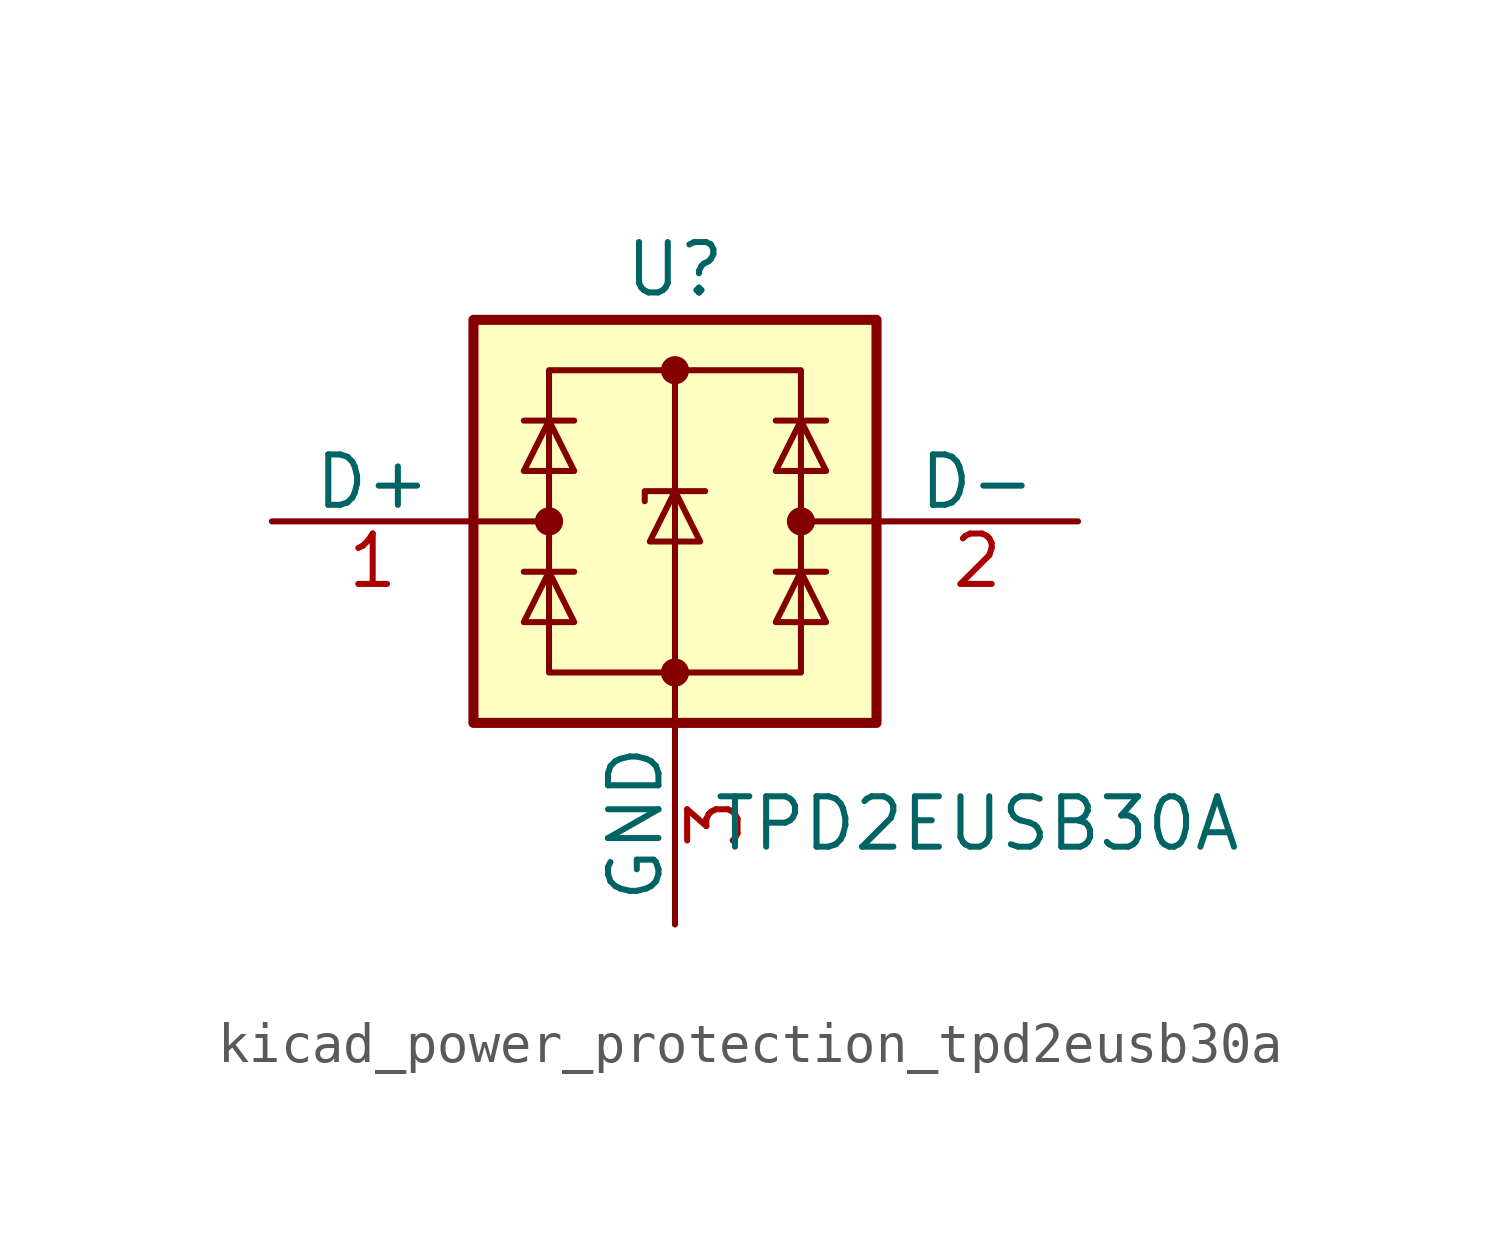
<source format=kicad_sym>
(kicad_symbol_lib
  (version 20220914)
  (generator kicad_symbol_editor)
  (symbol "kicad_power_protection_tpd2eusb30a"
    (pin_names
      (offset 0))
    (property "Reference" "U"
      (at 0 6.35 0)
      (effects (font (size 1.27 1.27))))
    (property "Value" "TPD2EUSB30A"
      (at 7.62 -7.62 0)
      (effects (font (size 1.27 1.27))))
    (symbol "kicad_power_protection_tpd2eusb30a_0_1"
      (rectangle (start -5.08 5.08) (end 5.08 -5.08) (stroke (width 0.254) (type default)) (fill (type background)))
      (circle (center -3.175 0) (radius 0.279) (stroke (width 0) (type default)) (fill (type outline)))
      (rectangle (start -3.175 3.81) (end 3.175 -3.81) (stroke (width 0) (type default)) (fill (type none)))
      (circle (center 0 -3.81) (radius 0.279) (stroke (width 0) (type default)) (fill (type outline)))
      (polyline (pts (xy -5.08 0) (xy -3.175 0)) (stroke (width 0) (type default)) (fill (type none)))
      (polyline (pts (xy -3.81 -1.27) (xy -2.54 -1.27)) (stroke (width 0) (type default)) (fill (type none)))
      (polyline (pts (xy -3.81 2.54) (xy -2.54 2.54)) (stroke (width 0) (type default)) (fill (type none)))
      (polyline (pts (xy 0 3.81) (xy 0 -5.08)) (stroke (width 0) (type default)) (fill (type none)))
      (polyline (pts (xy 2.54 -1.27) (xy 3.81 -1.27)) (stroke (width 0) (type default)) (fill (type none)))
      (polyline (pts (xy 2.54 2.54) (xy 3.81 2.54)) (stroke (width 0) (type default)) (fill (type none)))
      (polyline (pts (xy 5.08 0) (xy 3.175 0)) (stroke (width 0) (type default)) (fill (type none)))
      (polyline (pts (xy 0.762 0.762) (xy -0.762 0.762) (xy -0.762 0.508)) (stroke (width 0) (type default)) (fill (type none)))
      (polyline (pts (xy -2.54 -2.54) (xy -3.81 -2.54) (xy -3.175 -1.27) (xy -2.54 -2.54)) (stroke (width 0) (type default)) (fill (type none)))
      (polyline (pts (xy -2.54 1.27) (xy -3.81 1.27) (xy -3.175 2.54) (xy -2.54 1.27)) (stroke (width 0) (type default)) (fill (type none)))
      (polyline (pts (xy 0.635 -0.508) (xy -0.635 -0.508) (xy 0 0.762) (xy 0.635 -0.508)) (stroke (width 0) (type default)) (fill (type none)))
      (polyline (pts (xy 3.81 -2.54) (xy 2.54 -2.54) (xy 3.175 -1.27) (xy 3.81 -2.54)) (stroke (width 0) (type default)) (fill (type none)))
      (polyline (pts (xy 3.81 1.27) (xy 2.54 1.27) (xy 3.175 2.54) (xy 3.81 1.27)) (stroke (width 0) (type default)) (fill (type none)))
      (circle (center 0 3.81) (radius 0.279) (stroke (width 0) (type default)) (fill (type outline)))
      (circle (center 3.175 0) (radius 0.279) (stroke (width 0) (type default)) (fill (type outline))))
    (symbol "kicad_power_protection_tpd2eusb30a_1_1"
      (pin passive line (at -10.16 0 0) (length 5.08) (name "D+" (effects (font (size 1.27 1.27)))) (number "1" (effects (font (size 1.27 1.27)))))
      (pin passive line (at 10.16 0 180) (length 5.08) (name "D-" (effects (font (size 1.27 1.27)))) (number "2" (effects (font (size 1.27 1.27)))))
      (pin passive line (at 0 -10.16 90) (length 5.08) (name "GND" (effects (font (size 1.27 1.27)))) (number "3" (effects (font (size 1.27 1.27))))))))
</source>
